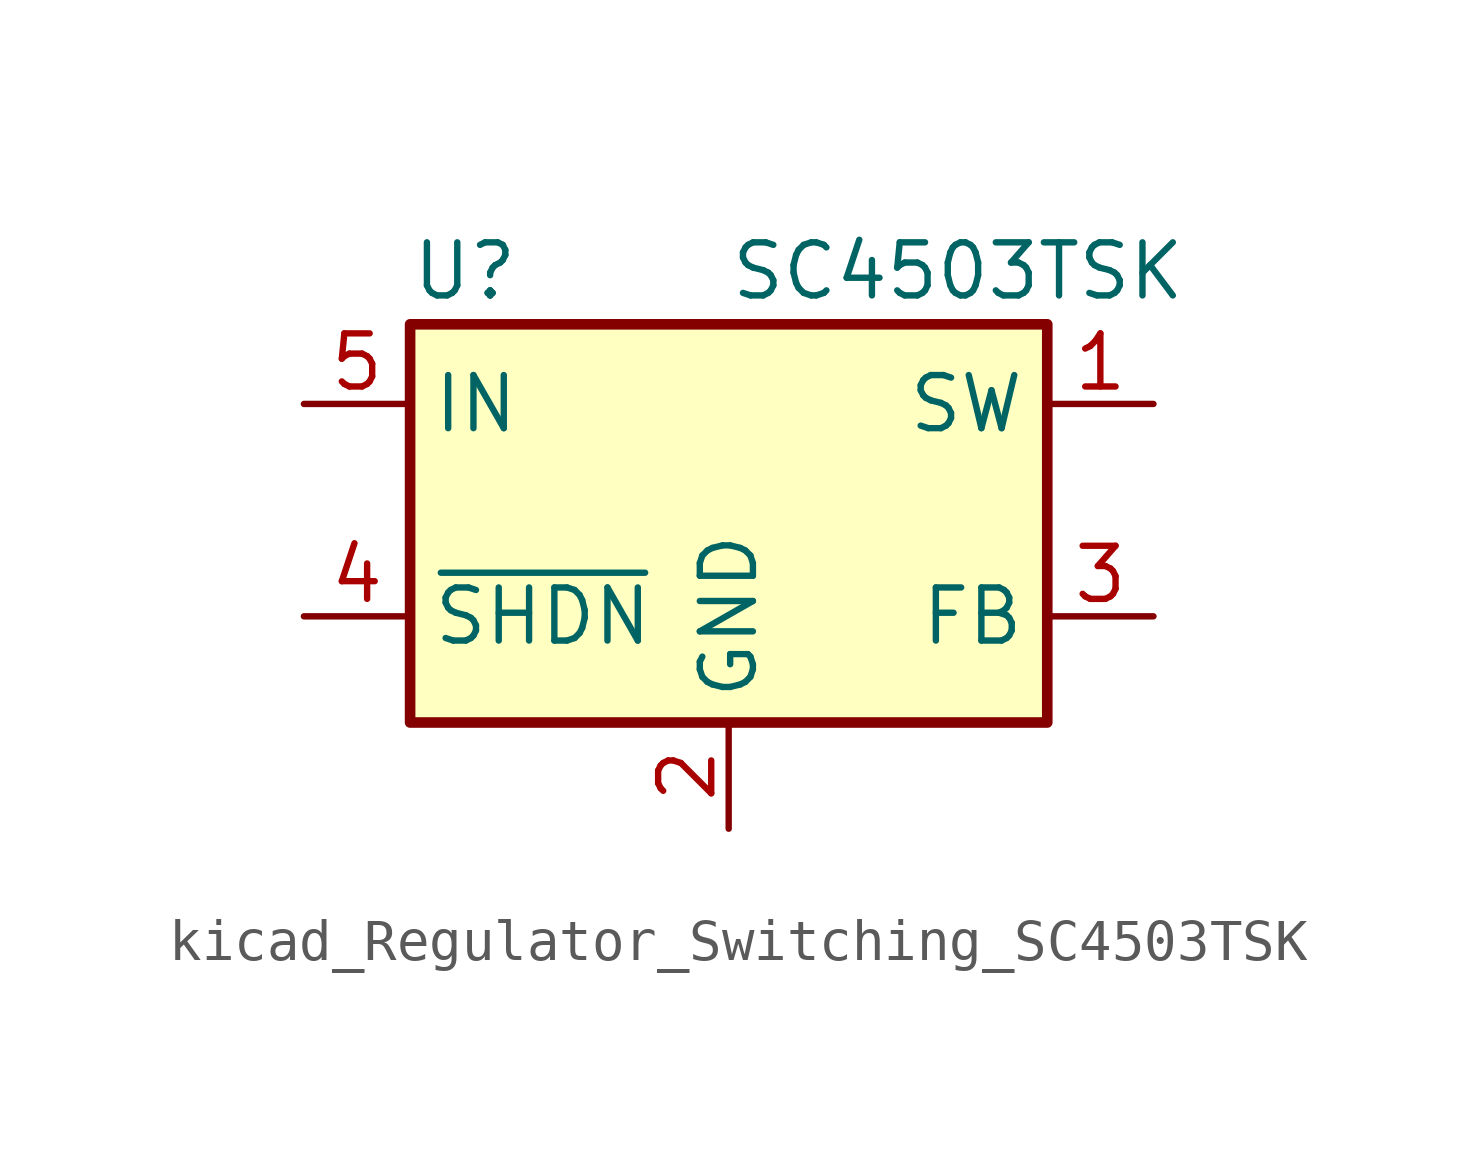
<source format=kicad_sym>
(kicad_symbol_lib
  (version 20220914)
  (generator kicad_symbol_editor)
  (symbol "kicad_Regulator_Switching_SC4503TSK"
    (property "Reference" "U"
      (at -7.62 5.715 0)
      (effects (font (size 1.27 1.27)) (justify left)))
    (property "Value" "SC4503TSK"
      (at 0 5.715 0)
      (effects (font (size 1.27 1.27)) (justify left)))
    (symbol "kicad_Regulator_Switching_SC4503TSK_0_1"
      (rectangle (start -7.62 4.445) (end 7.62 -5.08) (stroke (width 0.254) (type default)) (fill (type background))))
    (symbol "kicad_Regulator_Switching_SC4503TSK_1_1"
      (pin passive line (at 10.16 2.54 180) (length 2.54) (name "SW" (effects (font (size 1.27 1.27)))) (number "1" (effects (font (size 1.27 1.27)))))
      (pin power_in line (at 0 -7.62 90) (length 2.54) (name "GND" (effects (font (size 1.27 1.27)))) (number "2" (effects (font (size 1.27 1.27)))))
      (pin input line (at 10.16 -2.54 180) (length 2.54) (name "FB" (effects (font (size 1.27 1.27)))) (number "3" (effects (font (size 1.27 1.27)))))
      (pin input line (at -10.16 -2.54 0) (length 2.54) (name "~{SHDN}" (effects (font (size 1.27 1.27)))) (number "4" (effects (font (size 1.27 1.27)))))
      (pin power_in line (at -10.16 2.54 0) (length 2.54) (name "IN" (effects (font (size 1.27 1.27)))) (number "5" (effects (font (size 1.27 1.27))))))))
</source>
